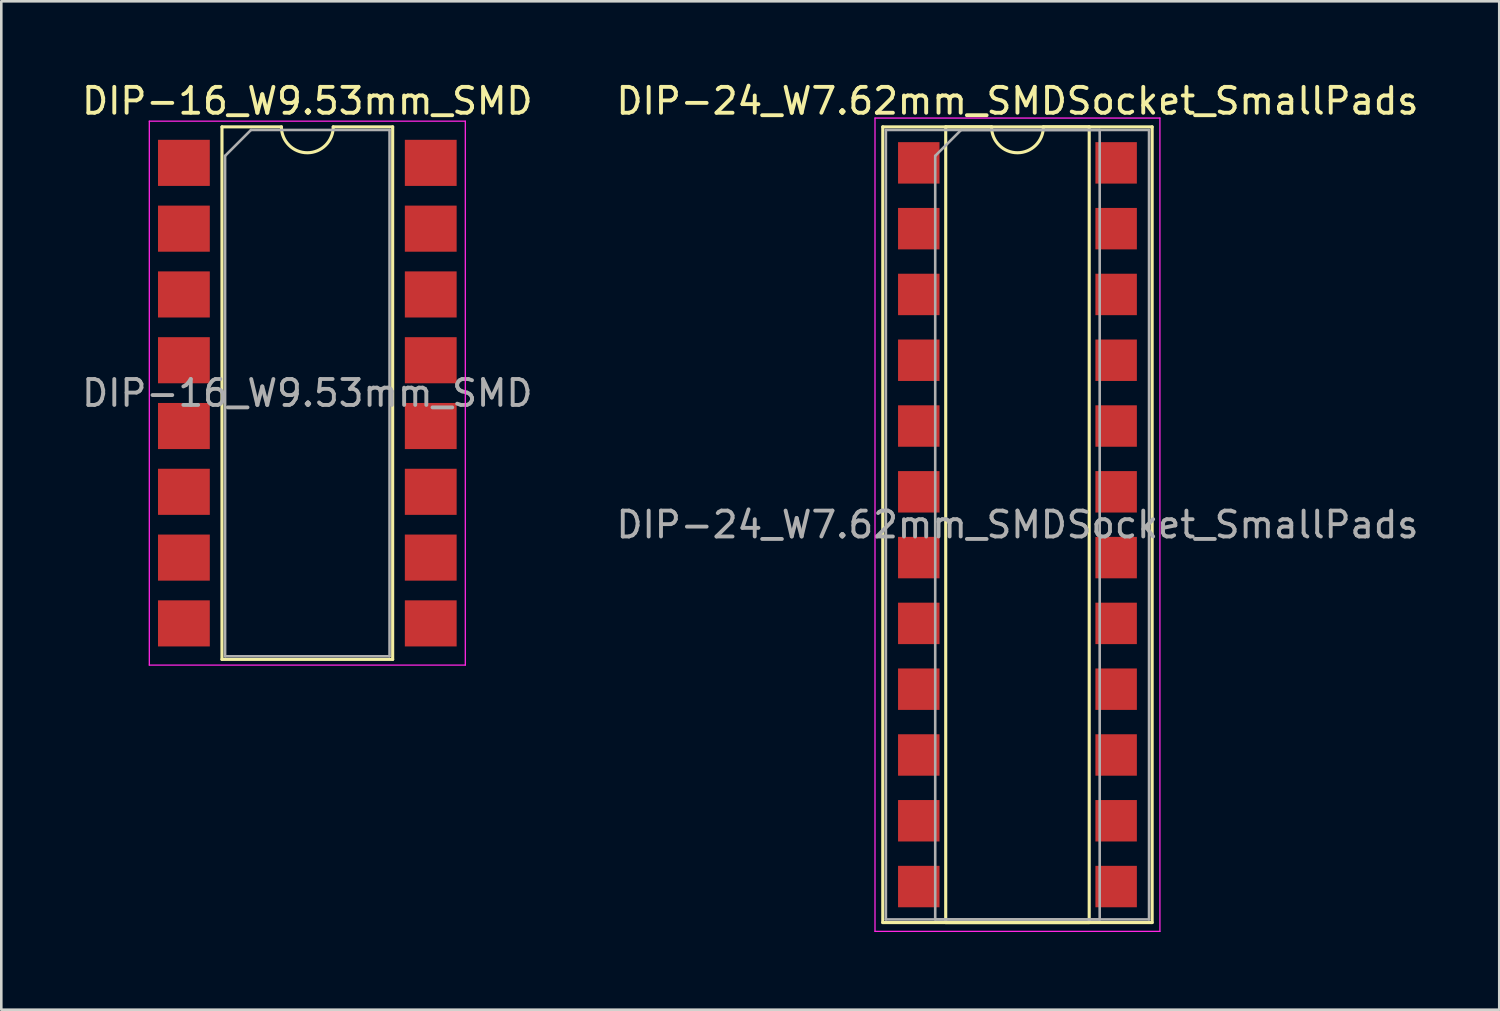
<source format=kicad_pcb>
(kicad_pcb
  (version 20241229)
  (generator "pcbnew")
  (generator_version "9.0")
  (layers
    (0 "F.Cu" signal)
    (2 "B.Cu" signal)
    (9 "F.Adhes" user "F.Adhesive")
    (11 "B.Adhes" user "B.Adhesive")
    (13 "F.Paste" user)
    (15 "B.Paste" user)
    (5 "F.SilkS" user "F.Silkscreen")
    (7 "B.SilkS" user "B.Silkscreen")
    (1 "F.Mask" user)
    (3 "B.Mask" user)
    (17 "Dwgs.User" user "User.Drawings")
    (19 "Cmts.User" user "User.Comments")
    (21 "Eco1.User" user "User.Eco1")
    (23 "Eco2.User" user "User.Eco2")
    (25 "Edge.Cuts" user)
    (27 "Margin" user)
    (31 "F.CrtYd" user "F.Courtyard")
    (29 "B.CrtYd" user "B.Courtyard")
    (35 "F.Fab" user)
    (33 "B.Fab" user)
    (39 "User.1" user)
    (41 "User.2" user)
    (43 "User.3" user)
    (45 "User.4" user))
  (footprint "DIP-16_W9.53mm_SMD"
    (layer "F.Cu")
    (at 8.815 12.128)
    (property "Reference" "DIP-16_W9.53mm_SMD" (at 0 -11.28 0) (layer "F.SilkS") (effects (font (size 1 1) (thickness 0.15))))
    (attr smd)
    (fp_line (start -3.295 -10.28) (end -3.295 10.28) (stroke (width 0.12) (type solid)) (layer "F.SilkS"))
    (fp_line (start -3.295 10.28) (end 3.295 10.28) (stroke (width 0.12) (type solid)) (layer "F.SilkS"))
    (fp_line (start -1 -10.28) (end -3.295 -10.28) (stroke (width 0.12) (type solid)) (layer "F.SilkS"))
    (fp_line (start 3.295 -10.28) (end 1 -10.28) (stroke (width 0.12) (type solid)) (layer "F.SilkS"))
    (fp_line (start 3.295 10.28) (end 3.295 -10.28) (stroke (width 0.12) (type solid)) (layer "F.SilkS"))
    (fp_arc (start 1 -10.28) (mid 0 -9.28) (end -1 -10.28) (stroke (width 0.12) (type solid)) (layer "F.SilkS"))
    (fp_line (start -6.1 -10.5) (end -6.1 10.5) (stroke (width 0.05) (type solid)) (layer "F.CrtYd"))
    (fp_line (start -6.1 10.5) (end 6.1 10.5) (stroke (width 0.05) (type solid)) (layer "F.CrtYd"))
    (fp_line (start 6.1 -10.5) (end -6.1 -10.5) (stroke (width 0.05) (type solid)) (layer "F.CrtYd"))
    (fp_line (start 6.1 10.5) (end 6.1 -10.5) (stroke (width 0.05) (type solid)) (layer "F.CrtYd"))
    (fp_line (start -3.175 -9.16) (end -2.175 -10.16) (stroke (width 0.1) (type solid)) (layer "F.Fab"))
    (fp_line (start -3.175 10.16) (end -3.175 -9.16) (stroke (width 0.1) (type solid)) (layer "F.Fab"))
    (fp_line (start -2.175 -10.16) (end 3.175 -10.16) (stroke (width 0.1) (type solid)) (layer "F.Fab"))
    (fp_line (start 3.175 -10.16) (end 3.175 10.16) (stroke (width 0.1) (type solid)) (layer "F.Fab"))
    (fp_line (start 3.175 10.16) (end -3.175 10.16) (stroke (width 0.1) (type solid)) (layer "F.Fab"))
    (fp_text user "${REFERENCE}" (at 0 0 0) (layer "F.Fab") (effects (font (size 1 1) (thickness 0.15))))
    (pad "1" smd rect (at -4.765 -8.89) (size 2 1.78) (layers "F.Cu" "F.Mask" "F.Paste"))
    (pad "2" smd rect (at -4.765 -6.35) (size 2 1.78) (layers "F.Cu" "F.Mask" "F.Paste"))
    (pad "3" smd rect (at -4.765 -3.81) (size 2 1.78) (layers "F.Cu" "F.Mask" "F.Paste"))
    (pad "4" smd rect (at -4.765 -1.27) (size 2 1.78) (layers "F.Cu" "F.Mask" "F.Paste"))
    (pad "5" smd rect (at -4.765 1.27) (size 2 1.78) (layers "F.Cu" "F.Mask" "F.Paste"))
    (pad "6" smd rect (at -4.765 3.81) (size 2 1.78) (layers "F.Cu" "F.Mask" "F.Paste"))
    (pad "7" smd rect (at -4.765 6.35) (size 2 1.78) (layers "F.Cu" "F.Mask" "F.Paste"))
    (pad "8" smd rect (at -4.765 8.89) (size 2 1.78) (layers "F.Cu" "F.Mask" "F.Paste"))
    (pad "9" smd rect (at 4.765 8.89) (size 2 1.78) (layers "F.Cu" "F.Mask" "F.Paste"))
    (pad "10" smd rect (at 4.765 6.35) (size 2 1.78) (layers "F.Cu" "F.Mask" "F.Paste"))
    (pad "11" smd rect (at 4.765 3.81) (size 2 1.78) (layers "F.Cu" "F.Mask" "F.Paste"))
    (pad "12" smd rect (at 4.765 1.27) (size 2 1.78) (layers "F.Cu" "F.Mask" "F.Paste"))
    (pad "13" smd rect (at 4.765 -1.27) (size 2 1.78) (layers "F.Cu" "F.Mask" "F.Paste"))
    (pad "14" smd rect (at 4.765 -3.81) (size 2 1.78) (layers "F.Cu" "F.Mask" "F.Paste"))
    (pad "15" smd rect (at 4.765 -6.35) (size 2 1.78) (layers "F.Cu" "F.Mask" "F.Paste"))
    (pad "16" smd rect (at 4.765 -8.89) (size 2 1.78) (layers "F.Cu" "F.Mask" "F.Paste")))
  (footprint "DIP-24_W7.62mm_SMDSocket_SmallPads"
    (layer "F.Cu")
    (at 36.232 17.208)
    (property "Reference" "DIP-24_W7.62mm_SMDSocket_SmallPads" (at 0 -16.36 0) (layer "F.SilkS") (effects (font (size 1 1) (thickness 0.15))))
    (attr smd)
    (fp_line (start -5.2 -15.36) (end -5.2 15.36) (stroke (width 0.12) (type solid)) (layer "F.SilkS"))
    (fp_line (start -5.2 15.36) (end 5.2 15.36) (stroke (width 0.12) (type solid)) (layer "F.SilkS"))
    (fp_line (start -2.77 -15.36) (end -2.77 15.36) (stroke (width 0.12) (type solid)) (layer "F.SilkS"))
    (fp_line (start -2.77 15.36) (end 2.77 15.36) (stroke (width 0.12) (type solid)) (layer "F.SilkS"))
    (fp_line (start -1 -15.36) (end -2.77 -15.36) (stroke (width 0.12) (type solid)) (layer "F.SilkS"))
    (fp_line (start 2.77 -15.36) (end 1 -15.36) (stroke (width 0.12) (type solid)) (layer "F.SilkS"))
    (fp_line (start 2.77 15.36) (end 2.77 -15.36) (stroke (width 0.12) (type solid)) (layer "F.SilkS"))
    (fp_line (start 5.2 -15.36) (end -5.2 -15.36) (stroke (width 0.12) (type solid)) (layer "F.SilkS"))
    (fp_line (start 5.2 15.36) (end 5.2 -15.36) (stroke (width 0.12) (type solid)) (layer "F.SilkS"))
    (fp_arc (start 1 -15.36) (mid 0 -14.36) (end -1 -15.36) (stroke (width 0.12) (type solid)) (layer "F.SilkS"))
    (fp_line (start -5.5 -15.7) (end -5.5 15.7) (stroke (width 0.05) (type solid)) (layer "F.CrtYd"))
    (fp_line (start -5.5 15.7) (end 5.5 15.7) (stroke (width 0.05) (type solid)) (layer "F.CrtYd"))
    (fp_line (start 5.5 -15.7) (end -5.5 -15.7) (stroke (width 0.05) (type solid)) (layer "F.CrtYd"))
    (fp_line (start 5.5 15.7) (end 5.5 -15.7) (stroke (width 0.05) (type solid)) (layer "F.CrtYd"))
    (fp_line (start -5.08 -15.24) (end -5.08 15.24) (stroke (width 0.1) (type solid)) (layer "F.Fab"))
    (fp_line (start -5.08 15.24) (end 5.08 15.24) (stroke (width 0.1) (type solid)) (layer "F.Fab"))
    (fp_line (start -3.175 -14.24) (end -2.175 -15.24) (stroke (width 0.1) (type solid)) (layer "F.Fab"))
    (fp_line (start -3.175 15.24) (end -3.175 -14.24) (stroke (width 0.1) (type solid)) (layer "F.Fab"))
    (fp_line (start -2.175 -15.24) (end 3.175 -15.24) (stroke (width 0.1) (type solid)) (layer "F.Fab"))
    (fp_line (start 3.175 -15.24) (end 3.175 15.24) (stroke (width 0.1) (type solid)) (layer "F.Fab"))
    (fp_line (start 3.175 15.24) (end -3.175 15.24) (stroke (width 0.1) (type solid)) (layer "F.Fab"))
    (fp_line (start 5.08 -15.24) (end -5.08 -15.24) (stroke (width 0.1) (type solid)) (layer "F.Fab"))
    (fp_line (start 5.08 15.24) (end 5.08 -15.24) (stroke (width 0.1) (type solid)) (layer "F.Fab"))
    (fp_text user "${REFERENCE}" (at 0 0 0) (layer "F.Fab") (effects (font (size 1 1) (thickness 0.15))))
    (pad "1" smd rect (at -3.81 -13.97) (size 1.6 1.6) (layers "F.Cu" "F.Mask" "F.Paste"))
    (pad "2" smd rect (at -3.81 -11.43) (size 1.6 1.6) (layers "F.Cu" "F.Mask" "F.Paste"))
    (pad "3" smd rect (at -3.81 -8.89) (size 1.6 1.6) (layers "F.Cu" "F.Mask" "F.Paste"))
    (pad "4" smd rect (at -3.81 -6.35) (size 1.6 1.6) (layers "F.Cu" "F.Mask" "F.Paste"))
    (pad "5" smd rect (at -3.81 -3.81) (size 1.6 1.6) (layers "F.Cu" "F.Mask" "F.Paste"))
    (pad "6" smd rect (at -3.81 -1.27) (size 1.6 1.6) (layers "F.Cu" "F.Mask" "F.Paste"))
    (pad "7" smd rect (at -3.81 1.27) (size 1.6 1.6) (layers "F.Cu" "F.Mask" "F.Paste"))
    (pad "8" smd rect (at -3.81 3.81) (size 1.6 1.6) (layers "F.Cu" "F.Mask" "F.Paste"))
    (pad "9" smd rect (at -3.81 6.35) (size 1.6 1.6) (layers "F.Cu" "F.Mask" "F.Paste"))
    (pad "10" smd rect (at -3.81 8.89) (size 1.6 1.6) (layers "F.Cu" "F.Mask" "F.Paste"))
    (pad "11" smd rect (at -3.81 11.43) (size 1.6 1.6) (layers "F.Cu" "F.Mask" "F.Paste"))
    (pad "12" smd rect (at -3.81 13.97) (size 1.6 1.6) (layers "F.Cu" "F.Mask" "F.Paste"))
    (pad "13" smd rect (at 3.81 13.97) (size 1.6 1.6) (layers "F.Cu" "F.Mask" "F.Paste"))
    (pad "14" smd rect (at 3.81 11.43) (size 1.6 1.6) (layers "F.Cu" "F.Mask" "F.Paste"))
    (pad "15" smd rect (at 3.81 8.89) (size 1.6 1.6) (layers "F.Cu" "F.Mask" "F.Paste"))
    (pad "16" smd rect (at 3.81 6.35) (size 1.6 1.6) (layers "F.Cu" "F.Mask" "F.Paste"))
    (pad "17" smd rect (at 3.81 3.81) (size 1.6 1.6) (layers "F.Cu" "F.Mask" "F.Paste"))
    (pad "18" smd rect (at 3.81 1.27) (size 1.6 1.6) (layers "F.Cu" "F.Mask" "F.Paste"))
    (pad "19" smd rect (at 3.81 -1.27) (size 1.6 1.6) (layers "F.Cu" "F.Mask" "F.Paste"))
    (pad "20" smd rect (at 3.81 -3.81) (size 1.6 1.6) (layers "F.Cu" "F.Mask" "F.Paste"))
    (pad "21" smd rect (at 3.81 -6.35) (size 1.6 1.6) (layers "F.Cu" "F.Mask" "F.Paste"))
    (pad "22" smd rect (at 3.81 -8.89) (size 1.6 1.6) (layers "F.Cu" "F.Mask" "F.Paste"))
    (pad "23" smd rect (at 3.81 -11.43) (size 1.6 1.6) (layers "F.Cu" "F.Mask" "F.Paste"))
    (pad "24" smd rect (at 3.81 -13.97) (size 1.6 1.6) (layers "F.Cu" "F.Mask" "F.Paste")))
  (gr_rect
    (start -3 -3)
    (end 54.833 35.933)
    (stroke (width 0.1) (type default))
    (fill no)
    (layer "Edge.Cuts")))
</source>
